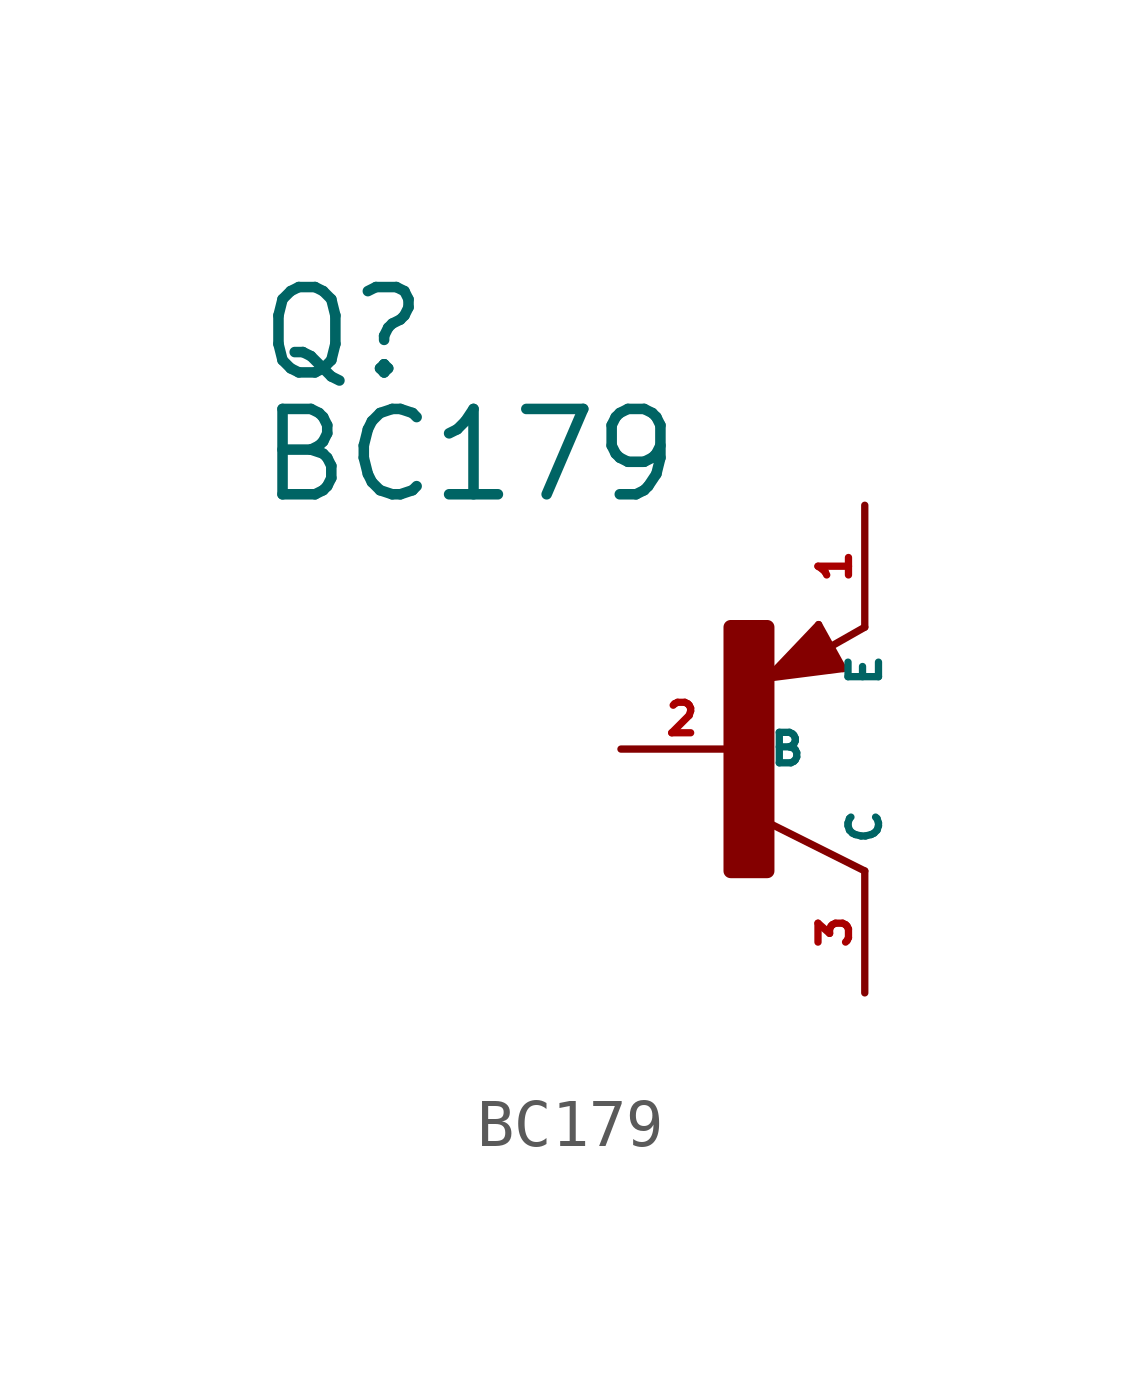
<source format=kicad_sym>
(kicad_symbol_lib
  (version 20220914)
  (generator Eagle2Kicad)
  (symbol "BC179"
    (property "Reference" "Q"
      (at -10.16 7.62 0)
      (effects (font (size 1.778 1.778) (thickness 0.22)) (justify left bottom)))
    (property "Value" "BC179"
      (at -10.16 5.08 0)
      (effects (font (size 1.778 1.778) (thickness 0.22)) (justify left bottom)))
    (polyline
      (pts (xy 2.086 1.678) (xy 1.578 2.594))
      (stroke (width 0.152) (type default))
      (fill (type none)))
    (polyline
      (pts (xy 1.578 2.594) (xy 0.516 1.478))
      (stroke (width 0.152) (type default))
      (fill (type none)))
    (polyline
      (pts (xy 0.516 1.478) (xy 2.086 1.678))
      (stroke (width 0.152) (type default))
      (fill (type none)))
    (polyline
      (pts (xy 2.54 2.54) (xy 1.808 2.124))
      (stroke (width 0.152) (type default))
      (fill (type none)))
    (polyline
      (pts (xy 2.54 -2.54) (xy 0.508 -1.524))
      (stroke (width 0.152) (type default))
      (fill (type none)))
    (polyline
      (pts (xy 1.905 1.778) (xy 1.524 2.413))
      (stroke (width 0.254) (type default))
      (fill (type none)))
    (polyline
      (pts (xy 1.524 2.413) (xy 0.762 1.651))
      (stroke (width 0.254) (type default))
      (fill (type none)))
    (polyline
      (pts (xy 0.762 1.651) (xy 1.778 1.778))
      (stroke (width 0.254) (type default))
      (fill (type none)))
    (polyline
      (pts (xy 1.778 1.778) (xy 1.524 2.159))
      (stroke (width 0.254) (type default))
      (fill (type none)))
    (polyline
      (pts (xy 1.524 2.159) (xy 1.143 1.905))
      (stroke (width 0.254) (type default))
      (fill (type none)))
    (polyline
      (pts (xy 1.143 1.905) (xy 1.524 1.905))
      (stroke (width 0.254) (type default))
      (fill (type none)))
    (rectangle
      (start -0.254 -2.54)
      (end 0.508 2.54)
      (stroke (width 0.3) (type default))
      (fill (type outline)))
    (pin passive line
      (at -2.54 0 0)
      (length 2.54)
      (name "B" (effects (font (size 0.635 0.635) (thickness 0.08)) (justify left bottom)))
      (number "2" (effects (font (size 0.635 0.635) (thickness 0.08)) (justify left bottom))))
    (pin passive line
      (at 2.54 5.08 270)
      (length 2.54)
      (name "E" (effects (font (size 0.635 0.635) (thickness 0.08)) (justify left bottom)))
      (number "1" (effects (font (size 0.635 0.635) (thickness 0.08)) (justify left bottom))))
    (pin passive line
      (at 2.54 -5.08 90)
      (length 2.54)
      (name "C" (effects (font (size 0.635 0.635) (thickness 0.08)) (justify left bottom)))
      (number "3" (effects (font (size 0.635 0.635) (thickness 0.08)) (justify left bottom))))))
</source>
